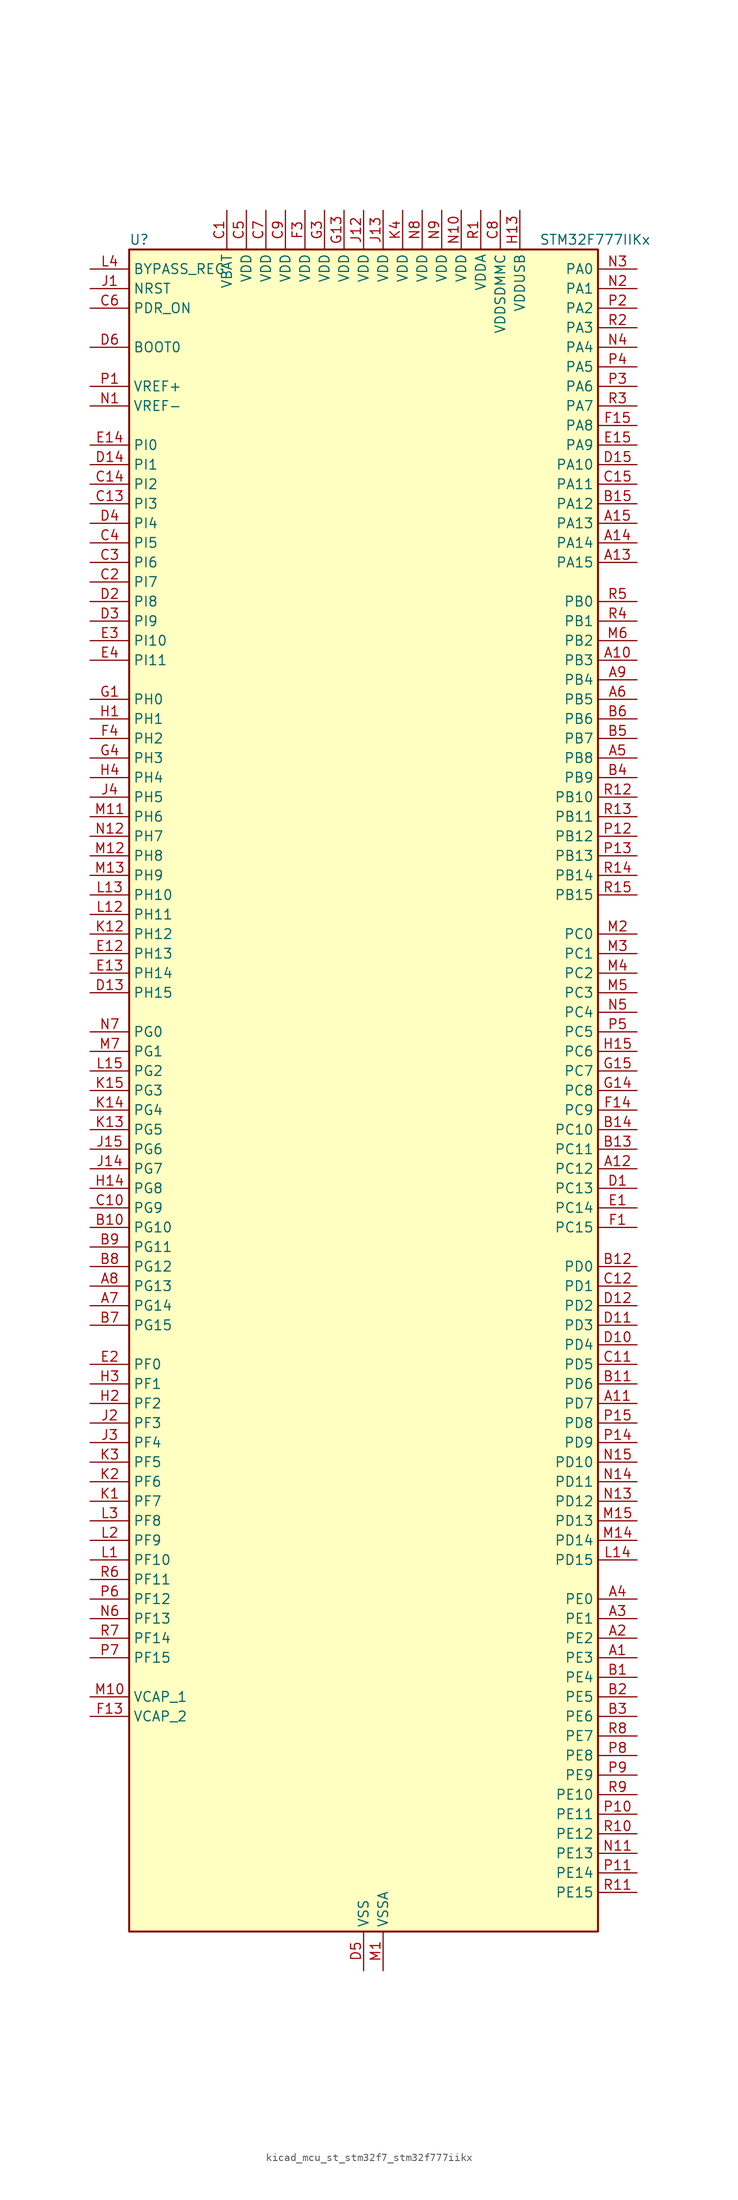
<source format=kicad_sym>
(kicad_symbol_lib
  (version 20220914)
  (generator kicad_symbol_editor)
  (symbol "kicad_mcu_st_stm32f7_stm32f777iikx"
    (property "Reference" "U"
      (at -30.48 110.49 0)
      (effects (font (size 1.27 1.27)) (justify left)))
    (property "Value" "STM32F777IIKx"
      (at 22.86 110.49 0)
      (effects (font (size 1.27 1.27)) (justify left)))
    (property "ki_locked" ""
      (at 0 0 0)
      (effects (font (size 1.27 1.27))))
    (symbol "kicad_mcu_st_stm32f7_stm32f777iikx_0_1"
      (rectangle (start -30.48 -109.22) (end 30.48 109.22) (stroke (width 0.254) (type default)) (fill (type background))))
    (symbol "kicad_mcu_st_stm32f7_stm32f777iikx_1_1"
      (pin bidirectional line (at 35.56 -73.66 180) (length 5.08) (name "PE3" (effects (font (size 1.27 1.27)))) (number "A1" (effects (font (size 1.27 1.27)))) (alternate "FMC_A19" bidirectional line) (alternate "SAI1_SD_B" bidirectional line) (alternate "SYS_TRACED0" bidirectional line))
      (pin bidirectional line (at 35.56 55.88 180) (length 5.08) (name "PB3" (effects (font (size 1.27 1.27)))) (number "A10" (effects (font (size 1.27 1.27)))) (alternate "CAN3_RX" bidirectional line) (alternate "I2S1_CK" bidirectional line) (alternate "I2S3_CK" bidirectional line) (alternate "SDMMC2_D2" bidirectional line) (alternate "SPI1_SCK" bidirectional line) (alternate "SPI3_SCK" bidirectional line) (alternate "SPI6_SCK" bidirectional line) (alternate "SYS_JTDO-SWO" bidirectional line) (alternate "TIM2_CH2" bidirectional line) (alternate "UART7_RX" bidirectional line))
      (pin bidirectional line (at 35.56 -40.64 180) (length 5.08) (name "PD7" (effects (font (size 1.27 1.27)))) (number "A11" (effects (font (size 1.27 1.27)))) (alternate "DFSDM1_CKIN1" bidirectional line) (alternate "DFSDM1_DATIN4" bidirectional line) (alternate "FMC_NE1" bidirectional line) (alternate "I2S1_SD" bidirectional line) (alternate "SDMMC2_CMD" bidirectional line) (alternate "SPDIFRX_IN0" bidirectional line) (alternate "SPI1_MOSI" bidirectional line) (alternate "USART2_CK" bidirectional line))
      (pin bidirectional line (at 35.56 -10.16 180) (length 5.08) (name "PC12" (effects (font (size 1.27 1.27)))) (number "A12" (effects (font (size 1.27 1.27)))) (alternate "DCMI_D9" bidirectional line) (alternate "I2S3_SD" bidirectional line) (alternate "SDMMC1_CK" bidirectional line) (alternate "SPI3_MOSI" bidirectional line) (alternate "SYS_TRACED3" bidirectional line) (alternate "UART5_TX" bidirectional line) (alternate "USART3_CK" bidirectional line))
      (pin bidirectional line (at 35.56 68.58 180) (length 5.08) (name "PA15" (effects (font (size 1.27 1.27)))) (number "A13" (effects (font (size 1.27 1.27)))) (alternate "CAN3_TX" bidirectional line) (alternate "CEC" bidirectional line) (alternate "I2S1_WS" bidirectional line) (alternate "I2S3_WS" bidirectional line) (alternate "SPI1_NSS" bidirectional line) (alternate "SPI3_NSS" bidirectional line) (alternate "SPI6_NSS" bidirectional line) (alternate "SYS_JTDI" bidirectional line) (alternate "TIM2_CH1" bidirectional line) (alternate "TIM2_ETR" bidirectional line) (alternate "UART4_DE" bidirectional line) (alternate "UART4_RTS" bidirectional line) (alternate "UART7_TX" bidirectional line))
      (pin bidirectional line (at 35.56 71.12 180) (length 5.08) (name "PA14" (effects (font (size 1.27 1.27)))) (number "A14" (effects (font (size 1.27 1.27)))) (alternate "SYS_JTCK-SWCLK" bidirectional line))
      (pin bidirectional line (at 35.56 73.66 180) (length 5.08) (name "PA13" (effects (font (size 1.27 1.27)))) (number "A15" (effects (font (size 1.27 1.27)))) (alternate "SYS_JTMS-SWDIO" bidirectional line))
      (pin bidirectional line (at 35.56 -71.12 180) (length 5.08) (name "PE2" (effects (font (size 1.27 1.27)))) (number "A2" (effects (font (size 1.27 1.27)))) (alternate "ETH_TXD3" bidirectional line) (alternate "FMC_A23" bidirectional line) (alternate "QUADSPI_BK1_IO2" bidirectional line) (alternate "SAI1_MCLK_A" bidirectional line) (alternate "SPI4_SCK" bidirectional line) (alternate "SYS_TRACECLK" bidirectional line))
      (pin bidirectional line (at 35.56 -68.58 180) (length 5.08) (name "PE1" (effects (font (size 1.27 1.27)))) (number "A3" (effects (font (size 1.27 1.27)))) (alternate "DCMI_D3" bidirectional line) (alternate "FMC_NBL1" bidirectional line) (alternate "LPTIM1_IN2" bidirectional line) (alternate "UART8_TX" bidirectional line))
      (pin bidirectional line (at 35.56 -66.04 180) (length 5.08) (name "PE0" (effects (font (size 1.27 1.27)))) (number "A4" (effects (font (size 1.27 1.27)))) (alternate "DCMI_D2" bidirectional line) (alternate "FMC_NBL0" bidirectional line) (alternate "LPTIM1_ETR" bidirectional line) (alternate "SAI2_MCLK_A" bidirectional line) (alternate "TIM4_ETR" bidirectional line) (alternate "UART8_RX" bidirectional line))
      (pin bidirectional line (at 35.56 43.18 180) (length 5.08) (name "PB8" (effects (font (size 1.27 1.27)))) (number "A5" (effects (font (size 1.27 1.27)))) (alternate "CAN1_RX" bidirectional line) (alternate "DCMI_D6" bidirectional line) (alternate "DFSDM1_CKIN7" bidirectional line) (alternate "ETH_TXD3" bidirectional line) (alternate "I2C1_SCL" bidirectional line) (alternate "I2C4_SCL" bidirectional line) (alternate "LTDC_B6" bidirectional line) (alternate "SDMMC1_D4" bidirectional line) (alternate "SDMMC2_D4" bidirectional line) (alternate "TIM10_CH1" bidirectional line) (alternate "TIM4_CH3" bidirectional line) (alternate "UART5_RX" bidirectional line))
      (pin bidirectional line (at 35.56 50.8 180) (length 5.08) (name "PB5" (effects (font (size 1.27 1.27)))) (number "A6" (effects (font (size 1.27 1.27)))) (alternate "CAN2_RX" bidirectional line) (alternate "DCMI_D10" bidirectional line) (alternate "ETH_PPS_OUT" bidirectional line) (alternate "FMC_SDCKE1" bidirectional line) (alternate "I2C1_SMBA" bidirectional line) (alternate "I2S1_SD" bidirectional line) (alternate "I2S3_SD" bidirectional line) (alternate "LTDC_G7" bidirectional line) (alternate "SPI1_MOSI" bidirectional line) (alternate "SPI3_MOSI" bidirectional line) (alternate "SPI6_MOSI" bidirectional line) (alternate "TIM3_CH2" bidirectional line) (alternate "UART5_RX" bidirectional line) (alternate "USB_OTG_HS_ULPI_D7" bidirectional line))
      (pin bidirectional line (at -35.56 -27.94 0) (length 5.08) (name "PG14" (effects (font (size 1.27 1.27)))) (number "A7" (effects (font (size 1.27 1.27)))) (alternate "ETH_TXD1" bidirectional line) (alternate "FMC_A25" bidirectional line) (alternate "LPTIM1_ETR" bidirectional line) (alternate "LTDC_B0" bidirectional line) (alternate "QUADSPI_BK2_IO3" bidirectional line) (alternate "SPI6_MOSI" bidirectional line) (alternate "SYS_TRACED1" bidirectional line) (alternate "USART6_TX" bidirectional line))
      (pin bidirectional line (at -35.56 -25.4 0) (length 5.08) (name "PG13" (effects (font (size 1.27 1.27)))) (number "A8" (effects (font (size 1.27 1.27)))) (alternate "ETH_TXD0" bidirectional line) (alternate "FMC_A24" bidirectional line) (alternate "LPTIM1_OUT" bidirectional line) (alternate "LTDC_R0" bidirectional line) (alternate "SPI6_SCK" bidirectional line) (alternate "SYS_TRACED0" bidirectional line) (alternate "USART6_CTS" bidirectional line))
      (pin bidirectional line (at 35.56 53.34 180) (length 5.08) (name "PB4" (effects (font (size 1.27 1.27)))) (number "A9" (effects (font (size 1.27 1.27)))) (alternate "CAN3_TX" bidirectional line) (alternate "I2S2_WS" bidirectional line) (alternate "SDMMC2_D3" bidirectional line) (alternate "SPI1_MISO" bidirectional line) (alternate "SPI2_NSS" bidirectional line) (alternate "SPI3_MISO" bidirectional line) (alternate "SPI6_MISO" bidirectional line) (alternate "SYS_JTRST" bidirectional line) (alternate "TIM3_CH1" bidirectional line) (alternate "UART7_TX" bidirectional line))
      (pin bidirectional line (at 35.56 -76.2 180) (length 5.08) (name "PE4" (effects (font (size 1.27 1.27)))) (number "B1" (effects (font (size 1.27 1.27)))) (alternate "DCMI_D4" bidirectional line) (alternate "DFSDM1_DATIN3" bidirectional line) (alternate "FMC_A20" bidirectional line) (alternate "LTDC_B0" bidirectional line) (alternate "SAI1_FS_A" bidirectional line) (alternate "SPI4_NSS" bidirectional line) (alternate "SYS_TRACED1" bidirectional line))
      (pin bidirectional line (at -35.56 -17.78 0) (length 5.08) (name "PG10" (effects (font (size 1.27 1.27)))) (number "B10" (effects (font (size 1.27 1.27)))) (alternate "DCMI_D2" bidirectional line) (alternate "FMC_NE3" bidirectional line) (alternate "I2S1_WS" bidirectional line) (alternate "LTDC_B2" bidirectional line) (alternate "LTDC_G3" bidirectional line) (alternate "SAI2_SD_B" bidirectional line) (alternate "SDMMC2_D1" bidirectional line) (alternate "SPI1_NSS" bidirectional line))
      (pin bidirectional line (at 35.56 -38.1 180) (length 5.08) (name "PD6" (effects (font (size 1.27 1.27)))) (number "B11" (effects (font (size 1.27 1.27)))) (alternate "DCMI_D10" bidirectional line) (alternate "DFSDM1_CKIN4" bidirectional line) (alternate "DFSDM1_DATIN1" bidirectional line) (alternate "FMC_NWAIT" bidirectional line) (alternate "I2S3_SD" bidirectional line) (alternate "LTDC_B2" bidirectional line) (alternate "SAI1_SD_A" bidirectional line) (alternate "SDMMC2_CK" bidirectional line) (alternate "SPI3_MOSI" bidirectional line) (alternate "USART2_RX" bidirectional line))
      (pin bidirectional line (at 35.56 -22.86 180) (length 5.08) (name "PD0" (effects (font (size 1.27 1.27)))) (number "B12" (effects (font (size 1.27 1.27)))) (alternate "CAN1_RX" bidirectional line) (alternate "DFSDM1_CKIN6" bidirectional line) (alternate "DFSDM1_DATIN7" bidirectional line) (alternate "FMC_D2" bidirectional line) (alternate "FMC_DA2" bidirectional line) (alternate "UART4_RX" bidirectional line))
      (pin bidirectional line (at 35.56 -7.62 180) (length 5.08) (name "PC11" (effects (font (size 1.27 1.27)))) (number "B13" (effects (font (size 1.27 1.27)))) (alternate "ADC1_EXTI11" bidirectional line) (alternate "ADC2_EXTI11" bidirectional line) (alternate "ADC3_EXTI11" bidirectional line) (alternate "DCMI_D4" bidirectional line) (alternate "DFSDM1_DATIN5" bidirectional line) (alternate "QUADSPI_BK2_NCS" bidirectional line) (alternate "SDMMC1_D3" bidirectional line) (alternate "SPI3_MISO" bidirectional line) (alternate "UART4_RX" bidirectional line) (alternate "USART3_RX" bidirectional line))
      (pin bidirectional line (at 35.56 -5.08 180) (length 5.08) (name "PC10" (effects (font (size 1.27 1.27)))) (number "B14" (effects (font (size 1.27 1.27)))) (alternate "DCMI_D8" bidirectional line) (alternate "DFSDM1_CKIN5" bidirectional line) (alternate "I2S3_CK" bidirectional line) (alternate "LTDC_R2" bidirectional line) (alternate "QUADSPI_BK1_IO1" bidirectional line) (alternate "SDMMC1_D2" bidirectional line) (alternate "SPI3_SCK" bidirectional line) (alternate "UART4_TX" bidirectional line) (alternate "USART3_TX" bidirectional line))
      (pin bidirectional line (at 35.56 76.2 180) (length 5.08) (name "PA12" (effects (font (size 1.27 1.27)))) (number "B15" (effects (font (size 1.27 1.27)))) (alternate "CAN1_TX" bidirectional line) (alternate "I2S2_CK" bidirectional line) (alternate "LTDC_R5" bidirectional line) (alternate "SAI2_FS_B" bidirectional line) (alternate "SPI2_SCK" bidirectional line) (alternate "TIM1_ETR" bidirectional line) (alternate "UART4_TX" bidirectional line) (alternate "USART1_DE" bidirectional line) (alternate "USART1_RTS" bidirectional line) (alternate "USB_OTG_FS_DP" bidirectional line))
      (pin bidirectional line (at 35.56 -78.74 180) (length 5.08) (name "PE5" (effects (font (size 1.27 1.27)))) (number "B2" (effects (font (size 1.27 1.27)))) (alternate "DCMI_D6" bidirectional line) (alternate "DFSDM1_CKIN3" bidirectional line) (alternate "FMC_A21" bidirectional line) (alternate "LTDC_G0" bidirectional line) (alternate "SAI1_SCK_A" bidirectional line) (alternate "SPI4_MISO" bidirectional line) (alternate "SYS_TRACED2" bidirectional line) (alternate "TIM9_CH1" bidirectional line))
      (pin bidirectional line (at 35.56 -81.28 180) (length 5.08) (name "PE6" (effects (font (size 1.27 1.27)))) (number "B3" (effects (font (size 1.27 1.27)))) (alternate "DCMI_D7" bidirectional line) (alternate "FMC_A22" bidirectional line) (alternate "LTDC_G1" bidirectional line) (alternate "SAI1_SD_A" bidirectional line) (alternate "SAI2_MCLK_B" bidirectional line) (alternate "SPI4_MOSI" bidirectional line) (alternate "SYS_TRACED3" bidirectional line) (alternate "TIM1_BKIN2" bidirectional line) (alternate "TIM9_CH2" bidirectional line))
      (pin bidirectional line (at 35.56 40.64 180) (length 5.08) (name "PB9" (effects (font (size 1.27 1.27)))) (number "B4" (effects (font (size 1.27 1.27)))) (alternate "CAN1_TX" bidirectional line) (alternate "DAC_EXTI9" bidirectional line) (alternate "DCMI_D7" bidirectional line) (alternate "DFSDM1_DATIN7" bidirectional line) (alternate "I2C1_SDA" bidirectional line) (alternate "I2C4_SDA" bidirectional line) (alternate "I2C4_SMBA" bidirectional line) (alternate "I2S2_WS" bidirectional line) (alternate "LTDC_B7" bidirectional line) (alternate "SDMMC1_D5" bidirectional line) (alternate "SDMMC2_D5" bidirectional line) (alternate "SPI2_NSS" bidirectional line) (alternate "TIM11_CH1" bidirectional line) (alternate "TIM4_CH4" bidirectional line) (alternate "UART5_TX" bidirectional line))
      (pin bidirectional line (at 35.56 45.72 180) (length 5.08) (name "PB7" (effects (font (size 1.27 1.27)))) (number "B5" (effects (font (size 1.27 1.27)))) (alternate "DCMI_VSYNC" bidirectional line) (alternate "DFSDM1_CKIN5" bidirectional line) (alternate "FMC_NL" bidirectional line) (alternate "I2C1_SDA" bidirectional line) (alternate "I2C4_SDA" bidirectional line) (alternate "TIM4_CH2" bidirectional line) (alternate "USART1_RX" bidirectional line))
      (pin bidirectional line (at 35.56 48.26 180) (length 5.08) (name "PB6" (effects (font (size 1.27 1.27)))) (number "B6" (effects (font (size 1.27 1.27)))) (alternate "CAN2_TX" bidirectional line) (alternate "CEC" bidirectional line) (alternate "DCMI_D5" bidirectional line) (alternate "DFSDM1_DATIN5" bidirectional line) (alternate "FMC_SDNE1" bidirectional line) (alternate "I2C1_SCL" bidirectional line) (alternate "I2C4_SCL" bidirectional line) (alternate "QUADSPI_BK1_NCS" bidirectional line) (alternate "TIM4_CH1" bidirectional line) (alternate "UART5_TX" bidirectional line) (alternate "USART1_TX" bidirectional line))
      (pin bidirectional line (at -35.56 -30.48 0) (length 5.08) (name "PG15" (effects (font (size 1.27 1.27)))) (number "B7" (effects (font (size 1.27 1.27)))) (alternate "DCMI_D13" bidirectional line) (alternate "FMC_SDNCAS" bidirectional line) (alternate "USART6_CTS" bidirectional line))
      (pin bidirectional line (at -35.56 -22.86 0) (length 5.08) (name "PG12" (effects (font (size 1.27 1.27)))) (number "B8" (effects (font (size 1.27 1.27)))) (alternate "FMC_NE4" bidirectional line) (alternate "LPTIM1_IN1" bidirectional line) (alternate "LTDC_B1" bidirectional line) (alternate "LTDC_B4" bidirectional line) (alternate "SDMMC2_D3" bidirectional line) (alternate "SPDIFRX_IN1" bidirectional line) (alternate "SPI6_MISO" bidirectional line) (alternate "USART6_DE" bidirectional line) (alternate "USART6_RTS" bidirectional line))
      (pin bidirectional line (at -35.56 -20.32 0) (length 5.08) (name "PG11" (effects (font (size 1.27 1.27)))) (number "B9" (effects (font (size 1.27 1.27)))) (alternate "ADC1_EXTI11" bidirectional line) (alternate "ADC2_EXTI11" bidirectional line) (alternate "ADC3_EXTI11" bidirectional line) (alternate "DCMI_D3" bidirectional line) (alternate "ETH_TX_EN" bidirectional line) (alternate "I2S1_CK" bidirectional line) (alternate "LTDC_B3" bidirectional line) (alternate "SDMMC2_D2" bidirectional line) (alternate "SPDIFRX_IN0" bidirectional line) (alternate "SPI1_SCK" bidirectional line))
      (pin power_in line (at -17.78 114.3 270) (length 5.08) (name "VBAT" (effects (font (size 1.27 1.27)))) (number "C1" (effects (font (size 1.27 1.27)))))
      (pin bidirectional line (at -35.56 -15.24 0) (length 5.08) (name "PG9" (effects (font (size 1.27 1.27)))) (number "C10" (effects (font (size 1.27 1.27)))) (alternate "DAC_EXTI9" bidirectional line) (alternate "DCMI_VSYNC" bidirectional line) (alternate "FMC_NCE" bidirectional line) (alternate "FMC_NE2" bidirectional line) (alternate "QUADSPI_BK2_IO2" bidirectional line) (alternate "SAI2_FS_B" bidirectional line) (alternate "SDMMC2_D0" bidirectional line) (alternate "SPDIFRX_IN3" bidirectional line) (alternate "SPI1_MISO" bidirectional line) (alternate "USART6_RX" bidirectional line))
      (pin bidirectional line (at 35.56 -35.56 180) (length 5.08) (name "PD5" (effects (font (size 1.27 1.27)))) (number "C11" (effects (font (size 1.27 1.27)))) (alternate "FMC_NWE" bidirectional line) (alternate "USART2_TX" bidirectional line))
      (pin bidirectional line (at 35.56 -25.4 180) (length 5.08) (name "PD1" (effects (font (size 1.27 1.27)))) (number "C12" (effects (font (size 1.27 1.27)))) (alternate "CAN1_TX" bidirectional line) (alternate "DFSDM1_CKIN7" bidirectional line) (alternate "DFSDM1_DATIN6" bidirectional line) (alternate "FMC_D3" bidirectional line) (alternate "FMC_DA3" bidirectional line) (alternate "UART4_TX" bidirectional line))
      (pin bidirectional line (at -35.56 76.2 0) (length 5.08) (name "PI3" (effects (font (size 1.27 1.27)))) (number "C13" (effects (font (size 1.27 1.27)))) (alternate "DCMI_D10" bidirectional line) (alternate "FMC_D27" bidirectional line) (alternate "I2S2_SD" bidirectional line) (alternate "SPI2_MOSI" bidirectional line) (alternate "TIM8_ETR" bidirectional line))
      (pin bidirectional line (at -35.56 78.74 0) (length 5.08) (name "PI2" (effects (font (size 1.27 1.27)))) (number "C14" (effects (font (size 1.27 1.27)))) (alternate "DCMI_D9" bidirectional line) (alternate "FMC_D26" bidirectional line) (alternate "LTDC_G7" bidirectional line) (alternate "SPI2_MISO" bidirectional line) (alternate "TIM8_CH4" bidirectional line))
      (pin bidirectional line (at 35.56 78.74 180) (length 5.08) (name "PA11" (effects (font (size 1.27 1.27)))) (number "C15" (effects (font (size 1.27 1.27)))) (alternate "ADC1_EXTI11" bidirectional line) (alternate "ADC2_EXTI11" bidirectional line) (alternate "ADC3_EXTI11" bidirectional line) (alternate "CAN1_RX" bidirectional line) (alternate "I2S2_WS" bidirectional line) (alternate "LTDC_R4" bidirectional line) (alternate "SPI2_NSS" bidirectional line) (alternate "TIM1_CH4" bidirectional line) (alternate "UART4_RX" bidirectional line) (alternate "USART1_CTS" bidirectional line) (alternate "USB_OTG_FS_DM" bidirectional line))
      (pin bidirectional line (at -35.56 66.04 0) (length 5.08) (name "PI7" (effects (font (size 1.27 1.27)))) (number "C2" (effects (font (size 1.27 1.27)))) (alternate "DCMI_D7" bidirectional line) (alternate "FMC_D29" bidirectional line) (alternate "LTDC_B7" bidirectional line) (alternate "SAI2_FS_A" bidirectional line) (alternate "TIM8_CH3" bidirectional line))
      (pin bidirectional line (at -35.56 68.58 0) (length 5.08) (name "PI6" (effects (font (size 1.27 1.27)))) (number "C3" (effects (font (size 1.27 1.27)))) (alternate "DCMI_D6" bidirectional line) (alternate "FMC_D28" bidirectional line) (alternate "LTDC_B6" bidirectional line) (alternate "SAI2_SD_A" bidirectional line) (alternate "TIM8_CH2" bidirectional line))
      (pin bidirectional line (at -35.56 71.12 0) (length 5.08) (name "PI5" (effects (font (size 1.27 1.27)))) (number "C4" (effects (font (size 1.27 1.27)))) (alternate "DCMI_VSYNC" bidirectional line) (alternate "FMC_NBL3" bidirectional line) (alternate "LTDC_B5" bidirectional line) (alternate "SAI2_SCK_A" bidirectional line) (alternate "TIM8_CH1" bidirectional line))
      (pin power_in line (at -15.24 114.3 270) (length 5.08) (name "VDD" (effects (font (size 1.27 1.27)))) (number "C5" (effects (font (size 1.27 1.27)))))
      (pin input line (at -35.56 101.6 0) (length 5.08) (name "PDR_ON" (effects (font (size 1.27 1.27)))) (number "C6" (effects (font (size 1.27 1.27)))))
      (pin power_in line (at -12.7 114.3 270) (length 5.08) (name "VDD" (effects (font (size 1.27 1.27)))) (number "C7" (effects (font (size 1.27 1.27)))))
      (pin power_in line (at 17.78 114.3 270) (length 5.08) (name "VDDSDMMC" (effects (font (size 1.27 1.27)))) (number "C8" (effects (font (size 1.27 1.27)))))
      (pin power_in line (at -10.16 114.3 270) (length 5.08) (name "VDD" (effects (font (size 1.27 1.27)))) (number "C9" (effects (font (size 1.27 1.27)))))
      (pin bidirectional line (at 35.56 -12.7 180) (length 5.08) (name "PC13" (effects (font (size 1.27 1.27)))) (number "D1" (effects (font (size 1.27 1.27)))) (alternate "RTC_OUT" bidirectional line) (alternate "RTC_TAMP1" bidirectional line) (alternate "RTC_TS" bidirectional line) (alternate "SYS_WKUP4" bidirectional line))
      (pin bidirectional line (at 35.56 -33.02 180) (length 5.08) (name "PD4" (effects (font (size 1.27 1.27)))) (number "D10" (effects (font (size 1.27 1.27)))) (alternate "DFSDM1_CKIN0" bidirectional line) (alternate "FMC_NOE" bidirectional line) (alternate "USART2_DE" bidirectional line) (alternate "USART2_RTS" bidirectional line))
      (pin bidirectional line (at 35.56 -30.48 180) (length 5.08) (name "PD3" (effects (font (size 1.27 1.27)))) (number "D11" (effects (font (size 1.27 1.27)))) (alternate "DCMI_D5" bidirectional line) (alternate "DFSDM1_CKOUT" bidirectional line) (alternate "DFSDM1_DATIN0" bidirectional line) (alternate "FMC_CLK" bidirectional line) (alternate "I2S2_CK" bidirectional line) (alternate "LTDC_G7" bidirectional line) (alternate "SPI2_SCK" bidirectional line) (alternate "USART2_CTS" bidirectional line))
      (pin bidirectional line (at 35.56 -27.94 180) (length 5.08) (name "PD2" (effects (font (size 1.27 1.27)))) (number "D12" (effects (font (size 1.27 1.27)))) (alternate "DCMI_D11" bidirectional line) (alternate "SDMMC1_CMD" bidirectional line) (alternate "SYS_TRACED2" bidirectional line) (alternate "TIM3_ETR" bidirectional line) (alternate "UART5_RX" bidirectional line))
      (pin bidirectional line (at -35.56 12.7 0) (length 5.08) (name "PH15" (effects (font (size 1.27 1.27)))) (number "D13" (effects (font (size 1.27 1.27)))) (alternate "DCMI_D11" bidirectional line) (alternate "FMC_D23" bidirectional line) (alternate "LTDC_G4" bidirectional line) (alternate "TIM8_CH3N" bidirectional line))
      (pin bidirectional line (at -35.56 81.28 0) (length 5.08) (name "PI1" (effects (font (size 1.27 1.27)))) (number "D14" (effects (font (size 1.27 1.27)))) (alternate "DCMI_D8" bidirectional line) (alternate "FMC_D25" bidirectional line) (alternate "I2S2_CK" bidirectional line) (alternate "LTDC_G6" bidirectional line) (alternate "SPI2_SCK" bidirectional line) (alternate "TIM8_BKIN2" bidirectional line))
      (pin bidirectional line (at 35.56 81.28 180) (length 5.08) (name "PA10" (effects (font (size 1.27 1.27)))) (number "D15" (effects (font (size 1.27 1.27)))) (alternate "DCMI_D1" bidirectional line) (alternate "LTDC_B1" bidirectional line) (alternate "LTDC_B4" bidirectional line) (alternate "MDIOS_MDIO" bidirectional line) (alternate "TIM1_CH3" bidirectional line) (alternate "USART1_RX" bidirectional line) (alternate "USB_OTG_FS_ID" bidirectional line))
      (pin bidirectional line (at -35.56 63.5 0) (length 5.08) (name "PI8" (effects (font (size 1.27 1.27)))) (number "D2" (effects (font (size 1.27 1.27)))) (alternate "RTC_TAMP2" bidirectional line) (alternate "RTC_TS" bidirectional line) (alternate "SYS_WKUP5" bidirectional line))
      (pin bidirectional line (at -35.56 60.96 0) (length 5.08) (name "PI9" (effects (font (size 1.27 1.27)))) (number "D3" (effects (font (size 1.27 1.27)))) (alternate "CAN1_RX" bidirectional line) (alternate "DAC_EXTI9" bidirectional line) (alternate "FMC_D30" bidirectional line) (alternate "LTDC_VSYNC" bidirectional line) (alternate "UART4_RX" bidirectional line))
      (pin bidirectional line (at -35.56 73.66 0) (length 5.08) (name "PI4" (effects (font (size 1.27 1.27)))) (number "D4" (effects (font (size 1.27 1.27)))) (alternate "DCMI_D5" bidirectional line) (alternate "FMC_NBL2" bidirectional line) (alternate "LTDC_B4" bidirectional line) (alternate "SAI2_MCLK_A" bidirectional line) (alternate "TIM8_BKIN" bidirectional line))
      (pin power_in line (at 0 -114.3 90) (length 5.08) (name "VSS" (effects (font (size 1.27 1.27)))) (number "D5" (effects (font (size 1.27 1.27)))))
      (pin input line (at -35.56 96.52 0) (length 5.08) (name "BOOT0" (effects (font (size 1.27 1.27)))) (number "D6" (effects (font (size 1.27 1.27)))))
      (pin passive line (at 0 -114.3 90) (length 5.08) hide (name "VSS" (effects (font (size 1.27 1.27)))) (number "D7" (effects (font (size 1.27 1.27)))))
      (pin passive line (at 0 -114.3 90) (length 5.08) hide (name "VSS" (effects (font (size 1.27 1.27)))) (number "D8" (effects (font (size 1.27 1.27)))))
      (pin passive line (at 0 -114.3 90) (length 5.08) hide (name "VSS" (effects (font (size 1.27 1.27)))) (number "D9" (effects (font (size 1.27 1.27)))))
      (pin bidirectional line (at 35.56 -15.24 180) (length 5.08) (name "PC14" (effects (font (size 1.27 1.27)))) (number "E1" (effects (font (size 1.27 1.27)))) (alternate "RCC_OSC32_IN" bidirectional line))
      (pin bidirectional line (at -35.56 17.78 0) (length 5.08) (name "PH13" (effects (font (size 1.27 1.27)))) (number "E12" (effects (font (size 1.27 1.27)))) (alternate "CAN1_TX" bidirectional line) (alternate "FMC_D21" bidirectional line) (alternate "LTDC_G2" bidirectional line) (alternate "TIM8_CH1N" bidirectional line) (alternate "UART4_TX" bidirectional line))
      (pin bidirectional line (at -35.56 15.24 0) (length 5.08) (name "PH14" (effects (font (size 1.27 1.27)))) (number "E13" (effects (font (size 1.27 1.27)))) (alternate "CAN1_RX" bidirectional line) (alternate "DCMI_D4" bidirectional line) (alternate "FMC_D22" bidirectional line) (alternate "LTDC_G3" bidirectional line) (alternate "TIM8_CH2N" bidirectional line) (alternate "UART4_RX" bidirectional line))
      (pin bidirectional line (at -35.56 83.82 0) (length 5.08) (name "PI0" (effects (font (size 1.27 1.27)))) (number "E14" (effects (font (size 1.27 1.27)))) (alternate "DCMI_D13" bidirectional line) (alternate "FMC_D24" bidirectional line) (alternate "I2S2_WS" bidirectional line) (alternate "LTDC_G5" bidirectional line) (alternate "SPI2_NSS" bidirectional line) (alternate "TIM5_CH4" bidirectional line))
      (pin bidirectional line (at 35.56 83.82 180) (length 5.08) (name "PA9" (effects (font (size 1.27 1.27)))) (number "E15" (effects (font (size 1.27 1.27)))) (alternate "DAC_EXTI9" bidirectional line) (alternate "DCMI_D0" bidirectional line) (alternate "I2C3_SMBA" bidirectional line) (alternate "I2S2_CK" bidirectional line) (alternate "LTDC_R5" bidirectional line) (alternate "SPI2_SCK" bidirectional line) (alternate "TIM1_CH2" bidirectional line) (alternate "USART1_TX" bidirectional line) (alternate "USB_OTG_FS_VBUS" bidirectional line))
      (pin bidirectional line (at -35.56 -35.56 0) (length 5.08) (name "PF0" (effects (font (size 1.27 1.27)))) (number "E2" (effects (font (size 1.27 1.27)))) (alternate "FMC_A0" bidirectional line) (alternate "I2C2_SDA" bidirectional line))
      (pin bidirectional line (at -35.56 58.42 0) (length 5.08) (name "PI10" (effects (font (size 1.27 1.27)))) (number "E3" (effects (font (size 1.27 1.27)))) (alternate "ETH_RX_ER" bidirectional line) (alternate "FMC_D31" bidirectional line) (alternate "LTDC_HSYNC" bidirectional line))
      (pin bidirectional line (at -35.56 55.88 0) (length 5.08) (name "PI11" (effects (font (size 1.27 1.27)))) (number "E4" (effects (font (size 1.27 1.27)))) (alternate "ADC1_EXTI11" bidirectional line) (alternate "ADC2_EXTI11" bidirectional line) (alternate "ADC3_EXTI11" bidirectional line) (alternate "LTDC_G6" bidirectional line) (alternate "SYS_WKUP6" bidirectional line) (alternate "USB_OTG_HS_ULPI_DIR" bidirectional line))
      (pin bidirectional line (at 35.56 -17.78 180) (length 5.08) (name "PC15" (effects (font (size 1.27 1.27)))) (number "F1" (effects (font (size 1.27 1.27)))) (alternate "RCC_OSC32_OUT" bidirectional line))
      (pin passive line (at 0 -114.3 90) (length 5.08) hide (name "VSS" (effects (font (size 1.27 1.27)))) (number "F10" (effects (font (size 1.27 1.27)))))
      (pin passive line (at 0 -114.3 90) (length 5.08) hide (name "VSS" (effects (font (size 1.27 1.27)))) (number "F12" (effects (font (size 1.27 1.27)))))
      (pin power_out line (at -35.56 -81.28 0) (length 5.08) (name "VCAP_2" (effects (font (size 1.27 1.27)))) (number "F13" (effects (font (size 1.27 1.27)))))
      (pin bidirectional line (at 35.56 -2.54 180) (length 5.08) (name "PC9" (effects (font (size 1.27 1.27)))) (number "F14" (effects (font (size 1.27 1.27)))) (alternate "DAC_EXTI9" bidirectional line) (alternate "DCMI_D3" bidirectional line) (alternate "I2C3_SDA" bidirectional line) (alternate "I2S_CKIN" bidirectional line) (alternate "LTDC_B2" bidirectional line) (alternate "LTDC_G3" bidirectional line) (alternate "QUADSPI_BK1_IO0" bidirectional line) (alternate "RCC_MCO_2" bidirectional line) (alternate "SDMMC1_D1" bidirectional line) (alternate "TIM3_CH4" bidirectional line) (alternate "TIM8_CH4" bidirectional line) (alternate "UART5_CTS" bidirectional line))
      (pin bidirectional line (at 35.56 86.36 180) (length 5.08) (name "PA8" (effects (font (size 1.27 1.27)))) (number "F15" (effects (font (size 1.27 1.27)))) (alternate "CAN3_RX" bidirectional line) (alternate "I2C3_SCL" bidirectional line) (alternate "LTDC_B3" bidirectional line) (alternate "LTDC_R6" bidirectional line) (alternate "RCC_MCO_1" bidirectional line) (alternate "TIM1_CH1" bidirectional line) (alternate "TIM8_BKIN2" bidirectional line) (alternate "UART7_RX" bidirectional line) (alternate "USART1_CK" bidirectional line) (alternate "USB_OTG_FS_SOF" bidirectional line))
      (pin passive line (at 0 -114.3 90) (length 5.08) hide (name "VSS" (effects (font (size 1.27 1.27)))) (number "F2" (effects (font (size 1.27 1.27)))))
      (pin power_in line (at -7.62 114.3 270) (length 5.08) (name "VDD" (effects (font (size 1.27 1.27)))) (number "F3" (effects (font (size 1.27 1.27)))))
      (pin bidirectional line (at -35.56 45.72 0) (length 5.08) (name "PH2" (effects (font (size 1.27 1.27)))) (number "F4" (effects (font (size 1.27 1.27)))) (alternate "ETH_CRS" bidirectional line) (alternate "FMC_SDCKE0" bidirectional line) (alternate "LPTIM1_IN2" bidirectional line) (alternate "LTDC_R0" bidirectional line) (alternate "QUADSPI_BK2_IO0" bidirectional line) (alternate "SAI2_SCK_B" bidirectional line))
      (pin passive line (at 0 -114.3 90) (length 5.08) hide (name "VSS" (effects (font (size 1.27 1.27)))) (number "F6" (effects (font (size 1.27 1.27)))))
      (pin passive line (at 0 -114.3 90) (length 5.08) hide (name "VSS" (effects (font (size 1.27 1.27)))) (number "F7" (effects (font (size 1.27 1.27)))))
      (pin passive line (at 0 -114.3 90) (length 5.08) hide (name "VSS" (effects (font (size 1.27 1.27)))) (number "F8" (effects (font (size 1.27 1.27)))))
      (pin passive line (at 0 -114.3 90) (length 5.08) hide (name "VSS" (effects (font (size 1.27 1.27)))) (number "F9" (effects (font (size 1.27 1.27)))))
      (pin bidirectional line (at -35.56 50.8 0) (length 5.08) (name "PH0" (effects (font (size 1.27 1.27)))) (number "G1" (effects (font (size 1.27 1.27)))) (alternate "RCC_OSC_IN" bidirectional line))
      (pin passive line (at 0 -114.3 90) (length 5.08) hide (name "VSS" (effects (font (size 1.27 1.27)))) (number "G10" (effects (font (size 1.27 1.27)))))
      (pin passive line (at 0 -114.3 90) (length 5.08) hide (name "VSS" (effects (font (size 1.27 1.27)))) (number "G12" (effects (font (size 1.27 1.27)))))
      (pin power_in line (at -2.54 114.3 270) (length 5.08) (name "VDD" (effects (font (size 1.27 1.27)))) (number "G13" (effects (font (size 1.27 1.27)))))
      (pin bidirectional line (at 35.56 0 180) (length 5.08) (name "PC8" (effects (font (size 1.27 1.27)))) (number "G14" (effects (font (size 1.27 1.27)))) (alternate "DCMI_D2" bidirectional line) (alternate "FMC_NCE" bidirectional line) (alternate "FMC_NE2" bidirectional line) (alternate "SDMMC1_D0" bidirectional line) (alternate "SYS_TRACED1" bidirectional line) (alternate "TIM3_CH3" bidirectional line) (alternate "TIM8_CH3" bidirectional line) (alternate "UART5_DE" bidirectional line) (alternate "UART5_RTS" bidirectional line) (alternate "USART6_CK" bidirectional line))
      (pin bidirectional line (at 35.56 2.54 180) (length 5.08) (name "PC7" (effects (font (size 1.27 1.27)))) (number "G15" (effects (font (size 1.27 1.27)))) (alternate "DCMI_D1" bidirectional line) (alternate "DFSDM1_DATIN3" bidirectional line) (alternate "FMC_NE1" bidirectional line) (alternate "I2S3_MCK" bidirectional line) (alternate "LTDC_G6" bidirectional line) (alternate "SDMMC1_D7" bidirectional line) (alternate "SDMMC2_D7" bidirectional line) (alternate "TIM3_CH2" bidirectional line) (alternate "TIM8_CH2" bidirectional line) (alternate "USART6_RX" bidirectional line))
      (pin passive line (at 0 -114.3 90) (length 5.08) hide (name "VSS" (effects (font (size 1.27 1.27)))) (number "G2" (effects (font (size 1.27 1.27)))))
      (pin power_in line (at -5.08 114.3 270) (length 5.08) (name "VDD" (effects (font (size 1.27 1.27)))) (number "G3" (effects (font (size 1.27 1.27)))))
      (pin bidirectional line (at -35.56 43.18 0) (length 5.08) (name "PH3" (effects (font (size 1.27 1.27)))) (number "G4" (effects (font (size 1.27 1.27)))) (alternate "ETH_COL" bidirectional line) (alternate "FMC_SDNE0" bidirectional line) (alternate "LTDC_R1" bidirectional line) (alternate "QUADSPI_BK2_IO1" bidirectional line) (alternate "SAI2_MCLK_B" bidirectional line))
      (pin passive line (at 0 -114.3 90) (length 5.08) hide (name "VSS" (effects (font (size 1.27 1.27)))) (number "G6" (effects (font (size 1.27 1.27)))))
      (pin passive line (at 0 -114.3 90) (length 5.08) hide (name "VSS" (effects (font (size 1.27 1.27)))) (number "G7" (effects (font (size 1.27 1.27)))))
      (pin passive line (at 0 -114.3 90) (length 5.08) hide (name "VSS" (effects (font (size 1.27 1.27)))) (number "G8" (effects (font (size 1.27 1.27)))))
      (pin passive line (at 0 -114.3 90) (length 5.08) hide (name "VSS" (effects (font (size 1.27 1.27)))) (number "G9" (effects (font (size 1.27 1.27)))))
      (pin bidirectional line (at -35.56 48.26 0) (length 5.08) (name "PH1" (effects (font (size 1.27 1.27)))) (number "H1" (effects (font (size 1.27 1.27)))) (alternate "RCC_OSC_OUT" bidirectional line))
      (pin passive line (at 0 -114.3 90) (length 5.08) hide (name "VSS" (effects (font (size 1.27 1.27)))) (number "H10" (effects (font (size 1.27 1.27)))))
      (pin passive line (at 0 -114.3 90) (length 5.08) hide (name "VSS" (effects (font (size 1.27 1.27)))) (number "H12" (effects (font (size 1.27 1.27)))))
      (pin power_in line (at 20.32 114.3 270) (length 5.08) (name "VDDUSB" (effects (font (size 1.27 1.27)))) (number "H13" (effects (font (size 1.27 1.27)))))
      (pin bidirectional line (at -35.56 -12.7 0) (length 5.08) (name "PG8" (effects (font (size 1.27 1.27)))) (number "H14" (effects (font (size 1.27 1.27)))) (alternate "ETH_PPS_OUT" bidirectional line) (alternate "FMC_SDCLK" bidirectional line) (alternate "LTDC_G7" bidirectional line) (alternate "SPDIFRX_IN2" bidirectional line) (alternate "SPI6_NSS" bidirectional line) (alternate "USART6_DE" bidirectional line) (alternate "USART6_RTS" bidirectional line))
      (pin bidirectional line (at 35.56 5.08 180) (length 5.08) (name "PC6" (effects (font (size 1.27 1.27)))) (number "H15" (effects (font (size 1.27 1.27)))) (alternate "DCMI_D0" bidirectional line) (alternate "DFSDM1_CKIN3" bidirectional line) (alternate "FMC_NWAIT" bidirectional line) (alternate "I2S2_MCK" bidirectional line) (alternate "LTDC_HSYNC" bidirectional line) (alternate "SDMMC1_D6" bidirectional line) (alternate "SDMMC2_D6" bidirectional line) (alternate "TIM3_CH1" bidirectional line) (alternate "TIM8_CH1" bidirectional line) (alternate "USART6_TX" bidirectional line))
      (pin bidirectional line (at -35.56 -40.64 0) (length 5.08) (name "PF2" (effects (font (size 1.27 1.27)))) (number "H2" (effects (font (size 1.27 1.27)))) (alternate "FMC_A2" bidirectional line) (alternate "I2C2_SMBA" bidirectional line))
      (pin bidirectional line (at -35.56 -38.1 0) (length 5.08) (name "PF1" (effects (font (size 1.27 1.27)))) (number "H3" (effects (font (size 1.27 1.27)))) (alternate "FMC_A1" bidirectional line) (alternate "I2C2_SCL" bidirectional line))
      (pin bidirectional line (at -35.56 40.64 0) (length 5.08) (name "PH4" (effects (font (size 1.27 1.27)))) (number "H4" (effects (font (size 1.27 1.27)))) (alternate "I2C2_SCL" bidirectional line) (alternate "LTDC_G4" bidirectional line) (alternate "LTDC_G5" bidirectional line) (alternate "USB_OTG_HS_ULPI_NXT" bidirectional line))
      (pin passive line (at 0 -114.3 90) (length 5.08) hide (name "VSS" (effects (font (size 1.27 1.27)))) (number "H6" (effects (font (size 1.27 1.27)))))
      (pin passive line (at 0 -114.3 90) (length 5.08) hide (name "VSS" (effects (font (size 1.27 1.27)))) (number "H7" (effects (font (size 1.27 1.27)))))
      (pin passive line (at 0 -114.3 90) (length 5.08) hide (name "VSS" (effects (font (size 1.27 1.27)))) (number "H8" (effects (font (size 1.27 1.27)))))
      (pin passive line (at 0 -114.3 90) (length 5.08) hide (name "VSS" (effects (font (size 1.27 1.27)))) (number "H9" (effects (font (size 1.27 1.27)))))
      (pin input line (at -35.56 104.14 0) (length 5.08) (name "NRST" (effects (font (size 1.27 1.27)))) (number "J1" (effects (font (size 1.27 1.27)))))
      (pin passive line (at 0 -114.3 90) (length 5.08) hide (name "VSS" (effects (font (size 1.27 1.27)))) (number "J10" (effects (font (size 1.27 1.27)))))
      (pin power_in line (at 0 114.3 270) (length 5.08) (name "VDD" (effects (font (size 1.27 1.27)))) (number "J12" (effects (font (size 1.27 1.27)))))
      (pin power_in line (at 2.54 114.3 270) (length 5.08) (name "VDD" (effects (font (size 1.27 1.27)))) (number "J13" (effects (font (size 1.27 1.27)))))
      (pin bidirectional line (at -35.56 -10.16 0) (length 5.08) (name "PG7" (effects (font (size 1.27 1.27)))) (number "J14" (effects (font (size 1.27 1.27)))) (alternate "DCMI_D13" bidirectional line) (alternate "FMC_INT" bidirectional line) (alternate "LTDC_CLK" bidirectional line) (alternate "SAI1_MCLK_A" bidirectional line) (alternate "USART6_CK" bidirectional line))
      (pin bidirectional line (at -35.56 -7.62 0) (length 5.08) (name "PG6" (effects (font (size 1.27 1.27)))) (number "J15" (effects (font (size 1.27 1.27)))) (alternate "DCMI_D12" bidirectional line) (alternate "FMC_NE3" bidirectional line) (alternate "LTDC_R7" bidirectional line))
      (pin bidirectional line (at -35.56 -43.18 0) (length 5.08) (name "PF3" (effects (font (size 1.27 1.27)))) (number "J2" (effects (font (size 1.27 1.27)))) (alternate "ADC3_IN9" bidirectional line) (alternate "FMC_A3" bidirectional line))
      (pin bidirectional line (at -35.56 -45.72 0) (length 5.08) (name "PF4" (effects (font (size 1.27 1.27)))) (number "J3" (effects (font (size 1.27 1.27)))) (alternate "ADC3_IN14" bidirectional line) (alternate "FMC_A4" bidirectional line))
      (pin bidirectional line (at -35.56 38.1 0) (length 5.08) (name "PH5" (effects (font (size 1.27 1.27)))) (number "J4" (effects (font (size 1.27 1.27)))) (alternate "FMC_SDNWE" bidirectional line) (alternate "I2C2_SDA" bidirectional line) (alternate "SPI5_NSS" bidirectional line))
      (pin passive line (at 0 -114.3 90) (length 5.08) hide (name "VSS" (effects (font (size 1.27 1.27)))) (number "J6" (effects (font (size 1.27 1.27)))))
      (pin passive line (at 0 -114.3 90) (length 5.08) hide (name "VSS" (effects (font (size 1.27 1.27)))) (number "J7" (effects (font (size 1.27 1.27)))))
      (pin passive line (at 0 -114.3 90) (length 5.08) hide (name "VSS" (effects (font (size 1.27 1.27)))) (number "J8" (effects (font (size 1.27 1.27)))))
      (pin passive line (at 0 -114.3 90) (length 5.08) hide (name "VSS" (effects (font (size 1.27 1.27)))) (number "J9" (effects (font (size 1.27 1.27)))))
      (pin bidirectional line (at -35.56 -53.34 0) (length 5.08) (name "PF7" (effects (font (size 1.27 1.27)))) (number "K1" (effects (font (size 1.27 1.27)))) (alternate "ADC3_IN5" bidirectional line) (alternate "QUADSPI_BK1_IO2" bidirectional line) (alternate "SAI1_MCLK_B" bidirectional line) (alternate "SPI5_SCK" bidirectional line) (alternate "TIM11_CH1" bidirectional line) (alternate "UART7_TX" bidirectional line))
      (pin passive line (at 0 -114.3 90) (length 5.08) hide (name "VSS" (effects (font (size 1.27 1.27)))) (number "K10" (effects (font (size 1.27 1.27)))))
      (pin bidirectional line (at -35.56 20.32 0) (length 5.08) (name "PH12" (effects (font (size 1.27 1.27)))) (number "K12" (effects (font (size 1.27 1.27)))) (alternate "DCMI_D3" bidirectional line) (alternate "FMC_D20" bidirectional line) (alternate "I2C4_SDA" bidirectional line) (alternate "LTDC_R6" bidirectional line) (alternate "TIM5_CH3" bidirectional line))
      (pin bidirectional line (at -35.56 -5.08 0) (length 5.08) (name "PG5" (effects (font (size 1.27 1.27)))) (number "K13" (effects (font (size 1.27 1.27)))) (alternate "FMC_A15" bidirectional line) (alternate "FMC_BA1" bidirectional line))
      (pin bidirectional line (at -35.56 -2.54 0) (length 5.08) (name "PG4" (effects (font (size 1.27 1.27)))) (number "K14" (effects (font (size 1.27 1.27)))) (alternate "FMC_A14" bidirectional line) (alternate "FMC_BA0" bidirectional line))
      (pin bidirectional line (at -35.56 0 0) (length 5.08) (name "PG3" (effects (font (size 1.27 1.27)))) (number "K15" (effects (font (size 1.27 1.27)))) (alternate "FMC_A13" bidirectional line))
      (pin bidirectional line (at -35.56 -50.8 0) (length 5.08) (name "PF6" (effects (font (size 1.27 1.27)))) (number "K2" (effects (font (size 1.27 1.27)))) (alternate "ADC3_IN4" bidirectional line) (alternate "QUADSPI_BK1_IO3" bidirectional line) (alternate "SAI1_SD_B" bidirectional line) (alternate "SPI5_NSS" bidirectional line) (alternate "TIM10_CH1" bidirectional line) (alternate "UART7_RX" bidirectional line))
      (pin bidirectional line (at -35.56 -48.26 0) (length 5.08) (name "PF5" (effects (font (size 1.27 1.27)))) (number "K3" (effects (font (size 1.27 1.27)))) (alternate "ADC3_IN15" bidirectional line) (alternate "FMC_A5" bidirectional line))
      (pin power_in line (at 5.08 114.3 270) (length 5.08) (name "VDD" (effects (font (size 1.27 1.27)))) (number "K4" (effects (font (size 1.27 1.27)))))
      (pin passive line (at 0 -114.3 90) (length 5.08) hide (name "VSS" (effects (font (size 1.27 1.27)))) (number "K6" (effects (font (size 1.27 1.27)))))
      (pin passive line (at 0 -114.3 90) (length 5.08) hide (name "VSS" (effects (font (size 1.27 1.27)))) (number "K7" (effects (font (size 1.27 1.27)))))
      (pin passive line (at 0 -114.3 90) (length 5.08) hide (name "VSS" (effects (font (size 1.27 1.27)))) (number "K8" (effects (font (size 1.27 1.27)))))
      (pin passive line (at 0 -114.3 90) (length 5.08) hide (name "VSS" (effects (font (size 1.27 1.27)))) (number "K9" (effects (font (size 1.27 1.27)))))
      (pin bidirectional line (at -35.56 -60.96 0) (length 5.08) (name "PF10" (effects (font (size 1.27 1.27)))) (number "L1" (effects (font (size 1.27 1.27)))) (alternate "ADC3_IN8" bidirectional line) (alternate "DCMI_D11" bidirectional line) (alternate "LTDC_DE" bidirectional line) (alternate "QUADSPI_CLK" bidirectional line))
      (pin bidirectional line (at -35.56 22.86 0) (length 5.08) (name "PH11" (effects (font (size 1.27 1.27)))) (number "L12" (effects (font (size 1.27 1.27)))) (alternate "ADC1_EXTI11" bidirectional line) (alternate "ADC2_EXTI11" bidirectional line) (alternate "ADC3_EXTI11" bidirectional line) (alternate "DCMI_D2" bidirectional line) (alternate "FMC_D19" bidirectional line) (alternate "I2C4_SCL" bidirectional line) (alternate "LTDC_R5" bidirectional line) (alternate "TIM5_CH2" bidirectional line))
      (pin bidirectional line (at -35.56 25.4 0) (length 5.08) (name "PH10" (effects (font (size 1.27 1.27)))) (number "L13" (effects (font (size 1.27 1.27)))) (alternate "DCMI_D1" bidirectional line) (alternate "FMC_D18" bidirectional line) (alternate "I2C4_SMBA" bidirectional line) (alternate "LTDC_R4" bidirectional line) (alternate "TIM5_CH1" bidirectional line))
      (pin bidirectional line (at 35.56 -60.96 180) (length 5.08) (name "PD15" (effects (font (size 1.27 1.27)))) (number "L14" (effects (font (size 1.27 1.27)))) (alternate "FMC_D1" bidirectional line) (alternate "FMC_DA1" bidirectional line) (alternate "TIM4_CH4" bidirectional line) (alternate "UART8_DE" bidirectional line) (alternate "UART8_RTS" bidirectional line))
      (pin bidirectional line (at -35.56 2.54 0) (length 5.08) (name "PG2" (effects (font (size 1.27 1.27)))) (number "L15" (effects (font (size 1.27 1.27)))) (alternate "FMC_A12" bidirectional line))
      (pin bidirectional line (at -35.56 -58.42 0) (length 5.08) (name "PF9" (effects (font (size 1.27 1.27)))) (number "L2" (effects (font (size 1.27 1.27)))) (alternate "ADC3_IN7" bidirectional line) (alternate "DAC_EXTI9" bidirectional line) (alternate "QUADSPI_BK1_IO1" bidirectional line) (alternate "SAI1_FS_B" bidirectional line) (alternate "SPI5_MOSI" bidirectional line) (alternate "TIM14_CH1" bidirectional line) (alternate "UART7_CTS" bidirectional line))
      (pin bidirectional line (at -35.56 -55.88 0) (length 5.08) (name "PF8" (effects (font (size 1.27 1.27)))) (number "L3" (effects (font (size 1.27 1.27)))) (alternate "ADC3_IN6" bidirectional line) (alternate "QUADSPI_BK1_IO0" bidirectional line) (alternate "SAI1_SCK_B" bidirectional line) (alternate "SPI5_MISO" bidirectional line) (alternate "TIM13_CH1" bidirectional line) (alternate "UART7_DE" bidirectional line) (alternate "UART7_RTS" bidirectional line))
      (pin input line (at -35.56 106.68 0) (length 5.08) (name "BYPASS_REG" (effects (font (size 1.27 1.27)))) (number "L4" (effects (font (size 1.27 1.27)))))
      (pin power_in line (at 2.54 -114.3 90) (length 5.08) (name "VSSA" (effects (font (size 1.27 1.27)))) (number "M1" (effects (font (size 1.27 1.27)))))
      (pin power_out line (at -35.56 -78.74 0) (length 5.08) (name "VCAP_1" (effects (font (size 1.27 1.27)))) (number "M10" (effects (font (size 1.27 1.27)))))
      (pin bidirectional line (at -35.56 35.56 0) (length 5.08) (name "PH6" (effects (font (size 1.27 1.27)))) (number "M11" (effects (font (size 1.27 1.27)))) (alternate "DCMI_D8" bidirectional line) (alternate "ETH_RXD2" bidirectional line) (alternate "FMC_SDNE1" bidirectional line) (alternate "I2C2_SMBA" bidirectional line) (alternate "SPI5_SCK" bidirectional line) (alternate "TIM12_CH1" bidirectional line))
      (pin bidirectional line (at -35.56 30.48 0) (length 5.08) (name "PH8" (effects (font (size 1.27 1.27)))) (number "M12" (effects (font (size 1.27 1.27)))) (alternate "DCMI_HSYNC" bidirectional line) (alternate "FMC_D16" bidirectional line) (alternate "I2C3_SDA" bidirectional line) (alternate "LTDC_R2" bidirectional line))
      (pin bidirectional line (at -35.56 27.94 0) (length 5.08) (name "PH9" (effects (font (size 1.27 1.27)))) (number "M13" (effects (font (size 1.27 1.27)))) (alternate "DAC_EXTI9" bidirectional line) (alternate "DCMI_D0" bidirectional line) (alternate "FMC_D17" bidirectional line) (alternate "I2C3_SMBA" bidirectional line) (alternate "LTDC_R3" bidirectional line) (alternate "TIM12_CH2" bidirectional line))
      (pin bidirectional line (at 35.56 -58.42 180) (length 5.08) (name "PD14" (effects (font (size 1.27 1.27)))) (number "M14" (effects (font (size 1.27 1.27)))) (alternate "FMC_D0" bidirectional line) (alternate "FMC_DA0" bidirectional line) (alternate "TIM4_CH3" bidirectional line) (alternate "UART8_CTS" bidirectional line))
      (pin bidirectional line (at 35.56 -55.88 180) (length 5.08) (name "PD13" (effects (font (size 1.27 1.27)))) (number "M15" (effects (font (size 1.27 1.27)))) (alternate "FMC_A18" bidirectional line) (alternate "I2C4_SDA" bidirectional line) (alternate "LPTIM1_OUT" bidirectional line) (alternate "QUADSPI_BK1_IO3" bidirectional line) (alternate "SAI2_SCK_A" bidirectional line) (alternate "TIM4_CH2" bidirectional line))
      (pin bidirectional line (at 35.56 20.32 180) (length 5.08) (name "PC0" (effects (font (size 1.27 1.27)))) (number "M2" (effects (font (size 1.27 1.27)))) (alternate "ADC1_IN10" bidirectional line) (alternate "ADC2_IN10" bidirectional line) (alternate "ADC3_IN10" bidirectional line) (alternate "DFSDM1_CKIN0" bidirectional line) (alternate "DFSDM1_DATIN4" bidirectional line) (alternate "FMC_SDNWE" bidirectional line) (alternate "LTDC_R5" bidirectional line) (alternate "SAI2_FS_B" bidirectional line) (alternate "USB_OTG_HS_ULPI_STP" bidirectional line))
      (pin bidirectional line (at 35.56 17.78 180) (length 5.08) (name "PC1" (effects (font (size 1.27 1.27)))) (number "M3" (effects (font (size 1.27 1.27)))) (alternate "ADC1_IN11" bidirectional line) (alternate "ADC2_IN11" bidirectional line) (alternate "ADC3_IN11" bidirectional line) (alternate "DFSDM1_CKIN4" bidirectional line) (alternate "DFSDM1_DATIN0" bidirectional line) (alternate "ETH_MDC" bidirectional line) (alternate "I2S2_SD" bidirectional line) (alternate "MDIOS_MDC" bidirectional line) (alternate "RTC_TAMP3" bidirectional line) (alternate "RTC_TS" bidirectional line) (alternate "SAI1_SD_A" bidirectional line) (alternate "SPI2_MOSI" bidirectional line) (alternate "SYS_TRACED0" bidirectional line) (alternate "SYS_WKUP3" bidirectional line))
      (pin bidirectional line (at 35.56 15.24 180) (length 5.08) (name "PC2" (effects (font (size 1.27 1.27)))) (number "M4" (effects (font (size 1.27 1.27)))) (alternate "ADC1_IN12" bidirectional line) (alternate "ADC2_IN12" bidirectional line) (alternate "ADC3_IN12" bidirectional line) (alternate "DFSDM1_CKIN1" bidirectional line) (alternate "DFSDM1_CKOUT" bidirectional line) (alternate "ETH_TXD2" bidirectional line) (alternate "FMC_SDNE0" bidirectional line) (alternate "SPI2_MISO" bidirectional line) (alternate "USB_OTG_HS_ULPI_DIR" bidirectional line))
      (pin bidirectional line (at 35.56 12.7 180) (length 5.08) (name "PC3" (effects (font (size 1.27 1.27)))) (number "M5" (effects (font (size 1.27 1.27)))) (alternate "ADC1_IN13" bidirectional line) (alternate "ADC2_IN13" bidirectional line) (alternate "ADC3_IN13" bidirectional line) (alternate "DFSDM1_DATIN1" bidirectional line) (alternate "ETH_TX_CLK" bidirectional line) (alternate "FMC_SDCKE0" bidirectional line) (alternate "I2S2_SD" bidirectional line) (alternate "SPI2_MOSI" bidirectional line) (alternate "USB_OTG_HS_ULPI_NXT" bidirectional line))
      (pin bidirectional line (at 35.56 58.42 180) (length 5.08) (name "PB2" (effects (font (size 1.27 1.27)))) (number "M6" (effects (font (size 1.27 1.27)))) (alternate "DFSDM1_CKIN1" bidirectional line) (alternate "I2S3_SD" bidirectional line) (alternate "QUADSPI_CLK" bidirectional line) (alternate "SAI1_SD_A" bidirectional line) (alternate "SPI3_MOSI" bidirectional line))
      (pin bidirectional line (at -35.56 5.08 0) (length 5.08) (name "PG1" (effects (font (size 1.27 1.27)))) (number "M7" (effects (font (size 1.27 1.27)))) (alternate "FMC_A11" bidirectional line))
      (pin passive line (at 0 -114.3 90) (length 5.08) hide (name "VSS" (effects (font (size 1.27 1.27)))) (number "M8" (effects (font (size 1.27 1.27)))))
      (pin passive line (at 0 -114.3 90) (length 5.08) hide (name "VSS" (effects (font (size 1.27 1.27)))) (number "M9" (effects (font (size 1.27 1.27)))))
      (pin input line (at -35.56 88.9 0) (length 5.08) (name "VREF-" (effects (font (size 1.27 1.27)))) (number "N1" (effects (font (size 1.27 1.27)))))
      (pin power_in line (at 12.7 114.3 270) (length 5.08) (name "VDD" (effects (font (size 1.27 1.27)))) (number "N10" (effects (font (size 1.27 1.27)))))
      (pin bidirectional line (at 35.56 -99.06 180) (length 5.08) (name "PE13" (effects (font (size 1.27 1.27)))) (number "N11" (effects (font (size 1.27 1.27)))) (alternate "DFSDM1_CKIN5" bidirectional line) (alternate "FMC_D10" bidirectional line) (alternate "FMC_DA10" bidirectional line) (alternate "LTDC_DE" bidirectional line) (alternate "SAI2_FS_B" bidirectional line) (alternate "SPI4_MISO" bidirectional line) (alternate "TIM1_CH3" bidirectional line))
      (pin bidirectional line (at -35.56 33.02 0) (length 5.08) (name "PH7" (effects (font (size 1.27 1.27)))) (number "N12" (effects (font (size 1.27 1.27)))) (alternate "DCMI_D9" bidirectional line) (alternate "ETH_RXD3" bidirectional line) (alternate "FMC_SDCKE1" bidirectional line) (alternate "I2C3_SCL" bidirectional line) (alternate "SPI5_MISO" bidirectional line))
      (pin bidirectional line (at 35.56 -53.34 180) (length 5.08) (name "PD12" (effects (font (size 1.27 1.27)))) (number "N13" (effects (font (size 1.27 1.27)))) (alternate "FMC_A17" bidirectional line) (alternate "FMC_ALE" bidirectional line) (alternate "I2C4_SCL" bidirectional line) (alternate "LPTIM1_IN1" bidirectional line) (alternate "QUADSPI_BK1_IO1" bidirectional line) (alternate "SAI2_FS_A" bidirectional line) (alternate "TIM4_CH1" bidirectional line) (alternate "USART3_DE" bidirectional line) (alternate "USART3_RTS" bidirectional line))
      (pin bidirectional line (at 35.56 -50.8 180) (length 5.08) (name "PD11" (effects (font (size 1.27 1.27)))) (number "N14" (effects (font (size 1.27 1.27)))) (alternate "ADC1_EXTI11" bidirectional line) (alternate "ADC2_EXTI11" bidirectional line) (alternate "ADC3_EXTI11" bidirectional line) (alternate "FMC_A16" bidirectional line) (alternate "FMC_CLE" bidirectional line) (alternate "I2C4_SMBA" bidirectional line) (alternate "QUADSPI_BK1_IO0" bidirectional line) (alternate "SAI2_SD_A" bidirectional line) (alternate "USART3_CTS" bidirectional line))
      (pin bidirectional line (at 35.56 -48.26 180) (length 5.08) (name "PD10" (effects (font (size 1.27 1.27)))) (number "N15" (effects (font (size 1.27 1.27)))) (alternate "DFSDM1_CKOUT" bidirectional line) (alternate "FMC_D15" bidirectional line) (alternate "FMC_DA15" bidirectional line) (alternate "LTDC_B3" bidirectional line) (alternate "USART3_CK" bidirectional line))
      (pin bidirectional line (at 35.56 104.14 180) (length 5.08) (name "PA1" (effects (font (size 1.27 1.27)))) (number "N2" (effects (font (size 1.27 1.27)))) (alternate "ADC1_IN1" bidirectional line) (alternate "ADC2_IN1" bidirectional line) (alternate "ADC3_IN1" bidirectional line) (alternate "ETH_REF_CLK" bidirectional line) (alternate "ETH_RX_CLK" bidirectional line) (alternate "LTDC_R2" bidirectional line) (alternate "QUADSPI_BK1_IO3" bidirectional line) (alternate "SAI2_MCLK_B" bidirectional line) (alternate "TIM2_CH2" bidirectional line) (alternate "TIM5_CH2" bidirectional line) (alternate "UART4_RX" bidirectional line) (alternate "USART2_DE" bidirectional line) (alternate "USART2_RTS" bidirectional line))
      (pin bidirectional line (at 35.56 106.68 180) (length 5.08) (name "PA0" (effects (font (size 1.27 1.27)))) (number "N3" (effects (font (size 1.27 1.27)))) (alternate "ADC1_IN0" bidirectional line) (alternate "ADC2_IN0" bidirectional line) (alternate "ADC3_IN0" bidirectional line) (alternate "ETH_CRS" bidirectional line) (alternate "SAI2_SD_B" bidirectional line) (alternate "SYS_WKUP1" bidirectional line) (alternate "TIM2_CH1" bidirectional line) (alternate "TIM2_ETR" bidirectional line) (alternate "TIM5_CH1" bidirectional line) (alternate "TIM8_ETR" bidirectional line) (alternate "UART4_TX" bidirectional line) (alternate "USART2_CTS" bidirectional line))
      (pin bidirectional line (at 35.56 96.52 180) (length 5.08) (name "PA4" (effects (font (size 1.27 1.27)))) (number "N4" (effects (font (size 1.27 1.27)))) (alternate "ADC1_IN4" bidirectional line) (alternate "ADC2_IN4" bidirectional line) (alternate "DAC_OUT1" bidirectional line) (alternate "DCMI_HSYNC" bidirectional line) (alternate "I2S1_WS" bidirectional line) (alternate "I2S3_WS" bidirectional line) (alternate "LTDC_VSYNC" bidirectional line) (alternate "SPI1_NSS" bidirectional line) (alternate "SPI3_NSS" bidirectional line) (alternate "SPI6_NSS" bidirectional line) (alternate "USART2_CK" bidirectional line) (alternate "USB_OTG_HS_SOF" bidirectional line))
      (pin bidirectional line (at 35.56 10.16 180) (length 5.08) (name "PC4" (effects (font (size 1.27 1.27)))) (number "N5" (effects (font (size 1.27 1.27)))) (alternate "ADC1_IN14" bidirectional line) (alternate "ADC2_IN14" bidirectional line) (alternate "DFSDM1_CKIN2" bidirectional line) (alternate "ETH_RXD0" bidirectional line) (alternate "FMC_SDNE0" bidirectional line) (alternate "I2S1_MCK" bidirectional line) (alternate "SPDIFRX_IN2" bidirectional line))
      (pin bidirectional line (at -35.56 -68.58 0) (length 5.08) (name "PF13" (effects (font (size 1.27 1.27)))) (number "N6" (effects (font (size 1.27 1.27)))) (alternate "DFSDM1_DATIN6" bidirectional line) (alternate "FMC_A7" bidirectional line) (alternate "I2C4_SMBA" bidirectional line))
      (pin bidirectional line (at -35.56 7.62 0) (length 5.08) (name "PG0" (effects (font (size 1.27 1.27)))) (number "N7" (effects (font (size 1.27 1.27)))) (alternate "FMC_A10" bidirectional line))
      (pin power_in line (at 7.62 114.3 270) (length 5.08) (name "VDD" (effects (font (size 1.27 1.27)))) (number "N8" (effects (font (size 1.27 1.27)))))
      (pin power_in line (at 10.16 114.3 270) (length 5.08) (name "VDD" (effects (font (size 1.27 1.27)))) (number "N9" (effects (font (size 1.27 1.27)))))
      (pin input line (at -35.56 91.44 0) (length 5.08) (name "VREF+" (effects (font (size 1.27 1.27)))) (number "P1" (effects (font (size 1.27 1.27)))))
      (pin bidirectional line (at 35.56 -93.98 180) (length 5.08) (name "PE11" (effects (font (size 1.27 1.27)))) (number "P10" (effects (font (size 1.27 1.27)))) (alternate "ADC1_EXTI11" bidirectional line) (alternate "ADC2_EXTI11" bidirectional line) (alternate "ADC3_EXTI11" bidirectional line) (alternate "DFSDM1_CKIN4" bidirectional line) (alternate "FMC_D8" bidirectional line) (alternate "FMC_DA8" bidirectional line) (alternate "LTDC_G3" bidirectional line) (alternate "SAI2_SD_B" bidirectional line) (alternate "SPI4_NSS" bidirectional line) (alternate "TIM1_CH2" bidirectional line))
      (pin bidirectional line (at 35.56 -101.6 180) (length 5.08) (name "PE14" (effects (font (size 1.27 1.27)))) (number "P11" (effects (font (size 1.27 1.27)))) (alternate "FMC_D11" bidirectional line) (alternate "FMC_DA11" bidirectional line) (alternate "LTDC_CLK" bidirectional line) (alternate "SAI2_MCLK_B" bidirectional line) (alternate "SPI4_MOSI" bidirectional line) (alternate "TIM1_CH4" bidirectional line))
      (pin bidirectional line (at 35.56 33.02 180) (length 5.08) (name "PB12" (effects (font (size 1.27 1.27)))) (number "P12" (effects (font (size 1.27 1.27)))) (alternate "CAN2_RX" bidirectional line) (alternate "DFSDM1_DATIN1" bidirectional line) (alternate "ETH_TXD0" bidirectional line) (alternate "I2C2_SMBA" bidirectional line) (alternate "I2S2_WS" bidirectional line) (alternate "SPI2_NSS" bidirectional line) (alternate "TIM1_BKIN" bidirectional line) (alternate "UART5_RX" bidirectional line) (alternate "USART3_CK" bidirectional line) (alternate "USB_OTG_HS_ID" bidirectional line) (alternate "USB_OTG_HS_ULPI_D5" bidirectional line))
      (pin bidirectional line (at 35.56 30.48 180) (length 5.08) (name "PB13" (effects (font (size 1.27 1.27)))) (number "P13" (effects (font (size 1.27 1.27)))) (alternate "CAN2_TX" bidirectional line) (alternate "DFSDM1_CKIN1" bidirectional line) (alternate "ETH_TXD1" bidirectional line) (alternate "I2S2_CK" bidirectional line) (alternate "SPI2_SCK" bidirectional line) (alternate "TIM1_CH1N" bidirectional line) (alternate "UART5_TX" bidirectional line) (alternate "USART3_CTS" bidirectional line) (alternate "USB_OTG_HS_ULPI_D6" bidirectional line) (alternate "USB_OTG_HS_VBUS" bidirectional line))
      (pin bidirectional line (at 35.56 -45.72 180) (length 5.08) (name "PD9" (effects (font (size 1.27 1.27)))) (number "P14" (effects (font (size 1.27 1.27)))) (alternate "DAC_EXTI9" bidirectional line) (alternate "DFSDM1_DATIN3" bidirectional line) (alternate "FMC_D14" bidirectional line) (alternate "FMC_DA14" bidirectional line) (alternate "USART3_RX" bidirectional line))
      (pin bidirectional line (at 35.56 -43.18 180) (length 5.08) (name "PD8" (effects (font (size 1.27 1.27)))) (number "P15" (effects (font (size 1.27 1.27)))) (alternate "DFSDM1_CKIN3" bidirectional line) (alternate "FMC_D13" bidirectional line) (alternate "FMC_DA13" bidirectional line) (alternate "SPDIFRX_IN1" bidirectional line) (alternate "USART3_TX" bidirectional line))
      (pin bidirectional line (at 35.56 101.6 180) (length 5.08) (name "PA2" (effects (font (size 1.27 1.27)))) (number "P2" (effects (font (size 1.27 1.27)))) (alternate "ADC1_IN2" bidirectional line) (alternate "ADC2_IN2" bidirectional line) (alternate "ADC3_IN2" bidirectional line) (alternate "ETH_MDIO" bidirectional line) (alternate "LTDC_R1" bidirectional line) (alternate "MDIOS_MDIO" bidirectional line) (alternate "SAI2_SCK_B" bidirectional line) (alternate "SYS_WKUP2" bidirectional line) (alternate "TIM2_CH3" bidirectional line) (alternate "TIM5_CH3" bidirectional line) (alternate "TIM9_CH1" bidirectional line) (alternate "USART2_TX" bidirectional line))
      (pin bidirectional line (at 35.56 91.44 180) (length 5.08) (name "PA6" (effects (font (size 1.27 1.27)))) (number "P3" (effects (font (size 1.27 1.27)))) (alternate "ADC1_IN6" bidirectional line) (alternate "ADC2_IN6" bidirectional line) (alternate "DCMI_PIXCLK" bidirectional line) (alternate "LTDC_G2" bidirectional line) (alternate "MDIOS_MDC" bidirectional line) (alternate "SPI1_MISO" bidirectional line) (alternate "SPI6_MISO" bidirectional line) (alternate "TIM13_CH1" bidirectional line) (alternate "TIM1_BKIN" bidirectional line) (alternate "TIM3_CH1" bidirectional line) (alternate "TIM8_BKIN" bidirectional line))
      (pin bidirectional line (at 35.56 93.98 180) (length 5.08) (name "PA5" (effects (font (size 1.27 1.27)))) (number "P4" (effects (font (size 1.27 1.27)))) (alternate "ADC1_IN5" bidirectional line) (alternate "ADC2_IN5" bidirectional line) (alternate "DAC_OUT2" bidirectional line) (alternate "I2S1_CK" bidirectional line) (alternate "LTDC_R4" bidirectional line) (alternate "SPI1_SCK" bidirectional line) (alternate "SPI6_SCK" bidirectional line) (alternate "TIM2_CH1" bidirectional line) (alternate "TIM2_ETR" bidirectional line) (alternate "TIM8_CH1N" bidirectional line) (alternate "USB_OTG_HS_ULPI_CK" bidirectional line))
      (pin bidirectional line (at 35.56 7.62 180) (length 5.08) (name "PC5" (effects (font (size 1.27 1.27)))) (number "P5" (effects (font (size 1.27 1.27)))) (alternate "ADC1_IN15" bidirectional line) (alternate "ADC2_IN15" bidirectional line) (alternate "DFSDM1_DATIN2" bidirectional line) (alternate "ETH_RXD1" bidirectional line) (alternate "FMC_SDCKE0" bidirectional line) (alternate "SPDIFRX_IN3" bidirectional line))
      (pin bidirectional line (at -35.56 -66.04 0) (length 5.08) (name "PF12" (effects (font (size 1.27 1.27)))) (number "P6" (effects (font (size 1.27 1.27)))) (alternate "FMC_A6" bidirectional line))
      (pin bidirectional line (at -35.56 -73.66 0) (length 5.08) (name "PF15" (effects (font (size 1.27 1.27)))) (number "P7" (effects (font (size 1.27 1.27)))) (alternate "FMC_A9" bidirectional line) (alternate "I2C4_SDA" bidirectional line))
      (pin bidirectional line (at 35.56 -86.36 180) (length 5.08) (name "PE8" (effects (font (size 1.27 1.27)))) (number "P8" (effects (font (size 1.27 1.27)))) (alternate "DFSDM1_CKIN2" bidirectional line) (alternate "FMC_D5" bidirectional line) (alternate "FMC_DA5" bidirectional line) (alternate "QUADSPI_BK2_IO1" bidirectional line) (alternate "TIM1_CH1N" bidirectional line) (alternate "UART7_TX" bidirectional line))
      (pin bidirectional line (at 35.56 -88.9 180) (length 5.08) (name "PE9" (effects (font (size 1.27 1.27)))) (number "P9" (effects (font (size 1.27 1.27)))) (alternate "DAC_EXTI9" bidirectional line) (alternate "DFSDM1_CKOUT" bidirectional line) (alternate "FMC_D6" bidirectional line) (alternate "FMC_DA6" bidirectional line) (alternate "QUADSPI_BK2_IO2" bidirectional line) (alternate "TIM1_CH1" bidirectional line) (alternate "UART7_DE" bidirectional line) (alternate "UART7_RTS" bidirectional line))
      (pin power_in line (at 15.24 114.3 270) (length 5.08) (name "VDDA" (effects (font (size 1.27 1.27)))) (number "R1" (effects (font (size 1.27 1.27)))))
      (pin bidirectional line (at 35.56 -96.52 180) (length 5.08) (name "PE12" (effects (font (size 1.27 1.27)))) (number "R10" (effects (font (size 1.27 1.27)))) (alternate "DFSDM1_DATIN5" bidirectional line) (alternate "FMC_D9" bidirectional line) (alternate "FMC_DA9" bidirectional line) (alternate "LTDC_B4" bidirectional line) (alternate "SAI2_SCK_B" bidirectional line) (alternate "SPI4_SCK" bidirectional line) (alternate "TIM1_CH3N" bidirectional line))
      (pin bidirectional line (at 35.56 -104.14 180) (length 5.08) (name "PE15" (effects (font (size 1.27 1.27)))) (number "R11" (effects (font (size 1.27 1.27)))) (alternate "FMC_D12" bidirectional line) (alternate "FMC_DA12" bidirectional line) (alternate "LTDC_R7" bidirectional line) (alternate "TIM1_BKIN" bidirectional line))
      (pin bidirectional line (at 35.56 38.1 180) (length 5.08) (name "PB10" (effects (font (size 1.27 1.27)))) (number "R12" (effects (font (size 1.27 1.27)))) (alternate "DFSDM1_DATIN7" bidirectional line) (alternate "ETH_RX_ER" bidirectional line) (alternate "I2C2_SCL" bidirectional line) (alternate "I2S2_CK" bidirectional line) (alternate "LTDC_G4" bidirectional line) (alternate "QUADSPI_BK1_NCS" bidirectional line) (alternate "SPI2_SCK" bidirectional line) (alternate "TIM2_CH3" bidirectional line) (alternate "USART3_TX" bidirectional line) (alternate "USB_OTG_HS_ULPI_D3" bidirectional line))
      (pin bidirectional line (at 35.56 35.56 180) (length 5.08) (name "PB11" (effects (font (size 1.27 1.27)))) (number "R13" (effects (font (size 1.27 1.27)))) (alternate "ADC1_EXTI11" bidirectional line) (alternate "ADC2_EXTI11" bidirectional line) (alternate "ADC3_EXTI11" bidirectional line) (alternate "DFSDM1_CKIN7" bidirectional line) (alternate "ETH_TX_EN" bidirectional line) (alternate "I2C2_SDA" bidirectional line) (alternate "LTDC_G5" bidirectional line) (alternate "TIM2_CH4" bidirectional line) (alternate "USART3_RX" bidirectional line) (alternate "USB_OTG_HS_ULPI_D4" bidirectional line))
      (pin bidirectional line (at 35.56 27.94 180) (length 5.08) (name "PB14" (effects (font (size 1.27 1.27)))) (number "R14" (effects (font (size 1.27 1.27)))) (alternate "DFSDM1_DATIN2" bidirectional line) (alternate "SDMMC2_D0" bidirectional line) (alternate "SPI2_MISO" bidirectional line) (alternate "TIM12_CH1" bidirectional line) (alternate "TIM1_CH2N" bidirectional line) (alternate "TIM8_CH2N" bidirectional line) (alternate "UART4_DE" bidirectional line) (alternate "UART4_RTS" bidirectional line) (alternate "USART1_TX" bidirectional line) (alternate "USART3_DE" bidirectional line) (alternate "USART3_RTS" bidirectional line) (alternate "USB_OTG_HS_DM" bidirectional line))
      (pin bidirectional line (at 35.56 25.4 180) (length 5.08) (name "PB15" (effects (font (size 1.27 1.27)))) (number "R15" (effects (font (size 1.27 1.27)))) (alternate "DFSDM1_CKIN2" bidirectional line) (alternate "I2S2_SD" bidirectional line) (alternate "RTC_REFIN" bidirectional line) (alternate "SDMMC2_D1" bidirectional line) (alternate "SPI2_MOSI" bidirectional line) (alternate "TIM12_CH2" bidirectional line) (alternate "TIM1_CH3N" bidirectional line) (alternate "TIM8_CH3N" bidirectional line) (alternate "UART4_CTS" bidirectional line) (alternate "USART1_RX" bidirectional line) (alternate "USB_OTG_HS_DP" bidirectional line))
      (pin bidirectional line (at 35.56 99.06 180) (length 5.08) (name "PA3" (effects (font (size 1.27 1.27)))) (number "R2" (effects (font (size 1.27 1.27)))) (alternate "ADC1_IN3" bidirectional line) (alternate "ADC2_IN3" bidirectional line) (alternate "ADC3_IN3" bidirectional line) (alternate "ETH_COL" bidirectional line) (alternate "LTDC_B2" bidirectional line) (alternate "LTDC_B5" bidirectional line) (alternate "TIM2_CH4" bidirectional line) (alternate "TIM5_CH4" bidirectional line) (alternate "TIM9_CH2" bidirectional line) (alternate "USART2_RX" bidirectional line) (alternate "USB_OTG_HS_ULPI_D0" bidirectional line))
      (pin bidirectional line (at 35.56 88.9 180) (length 5.08) (name "PA7" (effects (font (size 1.27 1.27)))) (number "R3" (effects (font (size 1.27 1.27)))) (alternate "ADC1_IN7" bidirectional line) (alternate "ADC2_IN7" bidirectional line) (alternate "ETH_CRS_DV" bidirectional line) (alternate "ETH_RX_DV" bidirectional line) (alternate "FMC_SDNWE" bidirectional line) (alternate "I2S1_SD" bidirectional line) (alternate "SPI1_MOSI" bidirectional line) (alternate "SPI6_MOSI" bidirectional line) (alternate "TIM14_CH1" bidirectional line) (alternate "TIM1_CH1N" bidirectional line) (alternate "TIM3_CH2" bidirectional line) (alternate "TIM8_CH1N" bidirectional line))
      (pin bidirectional line (at 35.56 60.96 180) (length 5.08) (name "PB1" (effects (font (size 1.27 1.27)))) (number "R4" (effects (font (size 1.27 1.27)))) (alternate "ADC1_IN9" bidirectional line) (alternate "ADC2_IN9" bidirectional line) (alternate "DFSDM1_DATIN1" bidirectional line) (alternate "ETH_RXD3" bidirectional line) (alternate "LTDC_G0" bidirectional line) (alternate "LTDC_R6" bidirectional line) (alternate "TIM1_CH3N" bidirectional line) (alternate "TIM3_CH4" bidirectional line) (alternate "TIM8_CH3N" bidirectional line) (alternate "USB_OTG_HS_ULPI_D2" bidirectional line))
      (pin bidirectional line (at 35.56 63.5 180) (length 5.08) (name "PB0" (effects (font (size 1.27 1.27)))) (number "R5" (effects (font (size 1.27 1.27)))) (alternate "ADC1_IN8" bidirectional line) (alternate "ADC2_IN8" bidirectional line) (alternate "DFSDM1_CKOUT" bidirectional line) (alternate "ETH_RXD2" bidirectional line) (alternate "LTDC_G1" bidirectional line) (alternate "LTDC_R3" bidirectional line) (alternate "TIM1_CH2N" bidirectional line) (alternate "TIM3_CH3" bidirectional line) (alternate "TIM8_CH2N" bidirectional line) (alternate "UART4_CTS" bidirectional line) (alternate "USB_OTG_HS_ULPI_D1" bidirectional line))
      (pin bidirectional line (at -35.56 -63.5 0) (length 5.08) (name "PF11" (effects (font (size 1.27 1.27)))) (number "R6" (effects (font (size 1.27 1.27)))) (alternate "ADC1_EXTI11" bidirectional line) (alternate "ADC2_EXTI11" bidirectional line) (alternate "ADC3_EXTI11" bidirectional line) (alternate "DCMI_D12" bidirectional line) (alternate "FMC_SDNRAS" bidirectional line) (alternate "SAI2_SD_B" bidirectional line) (alternate "SPI5_MOSI" bidirectional line))
      (pin bidirectional line (at -35.56 -71.12 0) (length 5.08) (name "PF14" (effects (font (size 1.27 1.27)))) (number "R7" (effects (font (size 1.27 1.27)))) (alternate "DFSDM1_CKIN6" bidirectional line) (alternate "FMC_A8" bidirectional line) (alternate "I2C4_SCL" bidirectional line))
      (pin bidirectional line (at 35.56 -83.82 180) (length 5.08) (name "PE7" (effects (font (size 1.27 1.27)))) (number "R8" (effects (font (size 1.27 1.27)))) (alternate "DFSDM1_DATIN2" bidirectional line) (alternate "FMC_D4" bidirectional line) (alternate "FMC_DA4" bidirectional line) (alternate "QUADSPI_BK2_IO0" bidirectional line) (alternate "TIM1_ETR" bidirectional line) (alternate "UART7_RX" bidirectional line))
      (pin bidirectional line (at 35.56 -91.44 180) (length 5.08) (name "PE10" (effects (font (size 1.27 1.27)))) (number "R9" (effects (font (size 1.27 1.27)))) (alternate "DFSDM1_DATIN4" bidirectional line) (alternate "FMC_D7" bidirectional line) (alternate "FMC_DA7" bidirectional line) (alternate "QUADSPI_BK2_IO3" bidirectional line) (alternate "TIM1_CH2N" bidirectional line) (alternate "UART7_CTS" bidirectional line)))))
</source>
